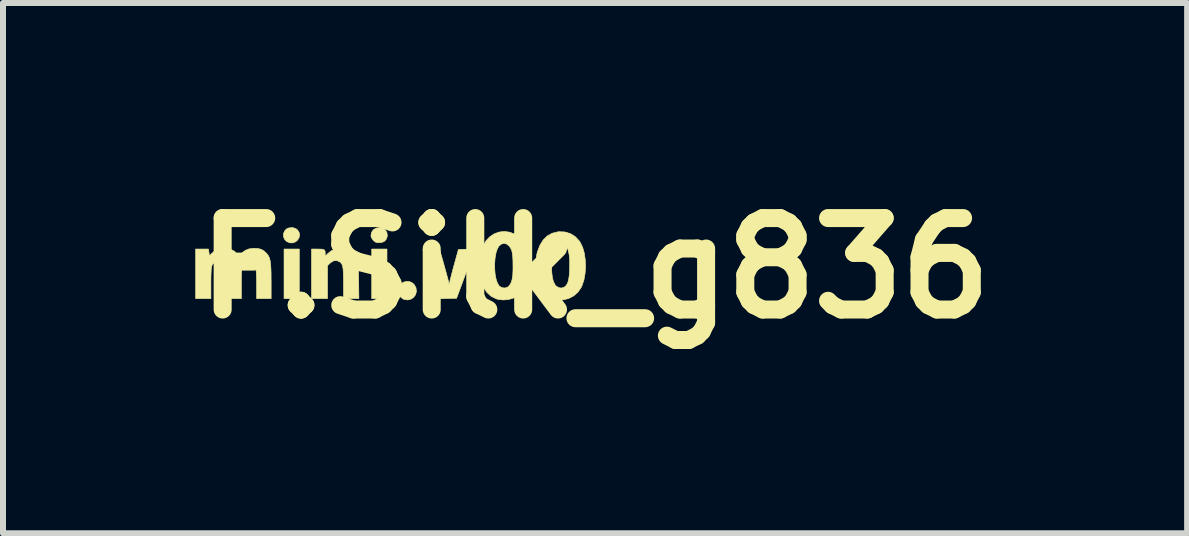
<source format=kicad_pcb>
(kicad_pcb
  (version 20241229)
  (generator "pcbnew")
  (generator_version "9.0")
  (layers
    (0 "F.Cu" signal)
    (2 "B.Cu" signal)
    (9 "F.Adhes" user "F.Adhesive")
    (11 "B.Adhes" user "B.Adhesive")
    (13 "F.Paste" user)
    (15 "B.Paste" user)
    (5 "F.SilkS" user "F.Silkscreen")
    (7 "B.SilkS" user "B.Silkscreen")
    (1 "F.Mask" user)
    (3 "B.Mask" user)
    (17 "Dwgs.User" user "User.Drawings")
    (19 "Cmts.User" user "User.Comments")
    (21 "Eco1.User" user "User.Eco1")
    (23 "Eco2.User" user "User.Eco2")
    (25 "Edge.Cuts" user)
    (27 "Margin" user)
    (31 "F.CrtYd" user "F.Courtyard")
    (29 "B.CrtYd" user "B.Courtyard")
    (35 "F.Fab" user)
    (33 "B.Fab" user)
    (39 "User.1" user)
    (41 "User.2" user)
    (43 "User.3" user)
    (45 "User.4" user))
  (footprint "F.Silk_g836"
    (layer "F.Cu")
    (at 6.865 1.418)
    (property "Reference" "F.Silk_g836" (at 0 0 0) (layer "F.SilkS") (effects (font (size 1.524 1.524) (thickness 0.3))))
    (attr through_hole)
    (fp_poly (pts (xy -4.928 0.508) (xy -5.182 0.508) (xy -5.182 -0.318) (xy -4.928 -0.318) (xy -4.928 0.508)) (stroke (width 0.01) (type solid)) (fill yes) (layer "F.SilkS"))
    (fp_poly (pts (xy -3.467 0.508) (xy -3.721 0.508) (xy -3.721 -0.318) (xy -3.467 -0.318) (xy -3.467 0.508)) (stroke (width 0.01) (type solid)) (fill yes) (layer "F.SilkS"))
    (fp_poly (pts (xy -4.986 -0.659) (xy -4.961 -0.64) (xy -4.931 -0.596) (xy -4.923 -0.55) (xy -4.933 -0.506) (xy -4.957 -0.467) (xy -4.993 -0.437) (xy -5.038 -0.421) (xy -5.087 -0.422) (xy -5.133 -0.441) (xy -5.171 -0.477) (xy -5.191 -0.522) (xy -5.192 -0.571) (xy -5.175 -0.616) (xy -5.143 -0.652) (xy -5.102 -0.67) (xy -5.039 -0.676) (xy -4.986 -0.659)) (stroke (width 0.01) (type solid)) (fill yes) (layer "F.SilkS"))
    (fp_poly (pts (xy -3.534 -0.665) (xy -3.493 -0.637) (xy -3.467 -0.59) (xy -3.461 -0.534) (xy -3.479 -0.482) (xy -3.505 -0.451) (xy -3.538 -0.434) (xy -3.584 -0.424) (xy -3.629 -0.425) (xy -3.653 -0.431) (xy -3.686 -0.454) (xy -3.715 -0.489) (xy -3.732 -0.527) (xy -3.734 -0.541) (xy -3.723 -0.598) (xy -3.692 -0.642) (xy -3.645 -0.668) (xy -3.593 -0.675) (xy -3.534 -0.665)) (stroke (width 0.01) (type solid)) (fill yes) (layer "F.SilkS"))
    (fp_poly (pts (xy -3.056 0.237) (xy -3.015 0.271) (xy -2.986 0.321) (xy -2.983 0.331) (xy -2.976 0.39) (xy -2.991 0.443) (xy -3.023 0.487) (xy -3.067 0.517) (xy -3.121 0.53) (xy -3.178 0.522) (xy -3.196 0.515) (xy -3.239 0.483) (xy -3.267 0.434) (xy -3.277 0.374) (xy -3.266 0.315) (xy -3.239 0.269) (xy -3.2 0.238) (xy -3.153 0.222) (xy -3.103 0.222) (xy -3.056 0.237)) (stroke (width 0.01) (type solid)) (fill yes) (layer "F.SilkS"))
    (fp_poly (pts (xy -4.205 -0.328) (xy -4.122 -0.314) (xy -4.056 -0.282) (xy -4.004 -0.23) (xy -3.976 -0.184) (xy -3.966 -0.164) (xy -3.958 -0.145) (xy -3.952 -0.123) (xy -3.948 -0.096) (xy -3.945 -0.058) (xy -3.943 -0.008) (xy -3.941 0.06) (xy -3.94 0.147) (xy -3.939 0.193) (xy -3.935 0.508) (xy -4.191 0.508) (xy -4.191 0.254) (xy -4.192 0.154) (xy -4.194 0.076) (xy -4.198 0.016) (xy -4.205 -0.028) (xy -4.215 -0.059) (xy -4.23 -0.083) (xy -4.249 -0.101) (xy -4.256 -0.106) (xy -4.304 -0.126) (xy -4.355 -0.122) (xy -4.403 -0.094) (xy -4.415 -0.084) (xy -4.458 -0.041) (xy -4.458 0.508) (xy -4.724 0.508) (xy -4.724 -0.318) (xy -4.618 -0.318) (xy -4.561 -0.317) (xy -4.526 -0.312) (xy -4.506 -0.3) (xy -4.498 -0.278) (xy -4.496 -0.243) (xy -4.496 -0.238) (xy -4.496 -0.199) (xy -4.45 -0.245) (xy -4.39 -0.292) (xy -4.322 -0.32) (xy -4.242 -0.329) (xy -4.205 -0.328)) (stroke (width 0.01) (type solid)) (fill yes) (layer "F.SilkS"))
    (fp_poly (pts (xy -2.567 -0.232) (xy -2.55 -0.173) (xy -2.53 -0.103) (xy -2.509 -0.027) (xy -2.488 0.049) (xy -2.469 0.118) (xy -2.453 0.176) (xy -2.443 0.216) (xy -2.442 0.222) (xy -2.43 0.273) (xy -2.415 0.203) (xy -2.406 0.168) (xy -2.393 0.114) (xy -2.375 0.046) (xy -2.355 -0.029) (xy -2.338 -0.089) (xy -2.277 -0.311) (xy -2.141 -0.315) (xy -2.081 -0.316) (xy -2.042 -0.316) (xy -2.02 -0.313) (xy -2.011 -0.308) (xy -2.011 -0.299) (xy -2.012 -0.294) (xy -2.019 -0.276) (xy -2.033 -0.238) (xy -2.053 -0.182) (xy -2.079 -0.111) (xy -2.11 -0.029) (xy -2.144 0.062) (xy -2.164 0.116) (xy -2.307 0.502) (xy -2.44 0.505) (xy -2.572 0.509) (xy -2.717 0.112) (xy -2.751 0.016) (xy -2.784 -0.072) (xy -2.812 -0.15) (xy -2.836 -0.215) (xy -2.853 -0.264) (xy -2.864 -0.294) (xy -2.867 -0.302) (xy -2.864 -0.309) (xy -2.845 -0.314) (xy -2.807 -0.316) (xy -2.748 -0.317) (xy -2.733 -0.318) (xy -2.593 -0.318) (xy -2.567 -0.232)) (stroke (width 0.01) (type solid)) (fill yes) (layer "F.SilkS"))
    (fp_poly (pts (xy -1.422 -0.599) (xy -1.34 -0.568) (xy -1.267 -0.518) (xy -1.205 -0.45) (xy -1.17 -0.39) (xy -1.141 -0.32) (xy -1.121 -0.25) (xy -1.11 -0.173) (xy -1.105 -0.081) (xy -1.105 -0.041) (xy -1.111 0.088) (xy -1.13 0.197) (xy -1.163 0.293) (xy -1.211 0.378) (xy -1.234 0.409) (xy -1.289 0.46) (xy -1.361 0.499) (xy -1.443 0.523) (xy -1.529 0.53) (xy -1.613 0.521) (xy -1.646 0.511) (xy -1.731 0.469) (xy -1.8 0.407) (xy -1.854 0.327) (xy -1.894 0.227) (xy -1.918 0.106) (xy -1.927 -0.001) (xy -1.926 -0.083) (xy -1.672 -0.083) (xy -1.672 0.009) (xy -1.665 0.098) (xy -1.65 0.178) (xy -1.628 0.245) (xy -1.6 0.293) (xy -1.593 0.3) (xy -1.553 0.325) (xy -1.506 0.331) (xy -1.461 0.319) (xy -1.438 0.301) (xy -1.412 0.268) (xy -1.393 0.229) (xy -1.38 0.179) (xy -1.371 0.115) (xy -1.367 0.033) (xy -1.367 -0.032) (xy -1.368 -0.128) (xy -1.372 -0.202) (xy -1.38 -0.26) (xy -1.392 -0.305) (xy -1.411 -0.341) (xy -1.429 -0.366) (xy -1.471 -0.401) (xy -1.517 -0.413) (xy -1.561 -0.401) (xy -1.601 -0.368) (xy -1.626 -0.325) (xy -1.65 -0.255) (xy -1.665 -0.172) (xy -1.672 -0.083) (xy -1.926 -0.083) (xy -1.925 -0.141) (xy -1.906 -0.263) (xy -1.87 -0.368) (xy -1.816 -0.457) (xy -1.757 -0.52) (xy -1.68 -0.572) (xy -1.596 -0.602) (xy -1.509 -0.611) (xy -1.422 -0.599)) (stroke (width 0.01) (type solid)) (fill yes) (layer "F.SilkS"))
    (fp_poly (pts (xy -0.503 -0.603) (xy -0.412 -0.576) (xy -0.332 -0.527) (xy -0.265 -0.456) (xy -0.247 -0.43) (xy -0.207 -0.348) (xy -0.179 -0.25) (xy -0.163 -0.14) (xy -0.158 -0.025) (xy -0.166 0.089) (xy -0.185 0.197) (xy -0.217 0.292) (xy -0.229 0.318) (xy -0.283 0.398) (xy -0.354 0.461) (xy -0.437 0.505) (xy -0.528 0.528) (xy -0.624 0.529) (xy -0.689 0.516) (xy -0.767 0.481) (xy -0.837 0.424) (xy -0.895 0.347) (xy -0.942 0.251) (xy -0.956 0.211) (xy -0.972 0.138) (xy -0.982 0.049) (xy -0.985 -0.038) (xy -0.724 -0.038) (xy -0.721 0.069) (xy -0.711 0.155) (xy -0.694 0.221) (xy -0.669 0.272) (xy -0.651 0.295) (xy -0.609 0.324) (xy -0.562 0.332) (xy -0.516 0.319) (xy -0.491 0.299) (xy -0.467 0.268) (xy -0.45 0.229) (xy -0.438 0.179) (xy -0.429 0.112) (xy -0.424 0.025) (xy -0.423 -0.001) (xy -0.422 -0.123) (xy -0.431 -0.222) (xy -0.448 -0.3) (xy -0.475 -0.357) (xy -0.512 -0.395) (xy -0.534 -0.407) (xy -0.57 -0.416) (xy -0.606 -0.408) (xy -0.609 -0.407) (xy -0.65 -0.379) (xy -0.681 -0.334) (xy -0.703 -0.269) (xy -0.718 -0.183) (xy -0.724 -0.075) (xy -0.724 -0.038) (xy -0.985 -0.038) (xy -0.985 -0.046) (xy -0.982 -0.14) (xy -0.972 -0.224) (xy -0.96 -0.273) (xy -0.918 -0.383) (xy -0.863 -0.471) (xy -0.796 -0.537) (xy -0.716 -0.581) (xy -0.624 -0.604) (xy -0.603 -0.607) (xy -0.503 -0.603)) (stroke (width 0.01) (type solid)) (fill yes) (layer "F.SilkS"))
    (fp_poly (pts (xy -5.61 -0.326) (xy -5.558 -0.312) (xy -5.513 -0.284) (xy -5.49 -0.263) (xy -5.463 -0.235) (xy -5.442 -0.204) (xy -5.425 -0.169) (xy -5.414 -0.125) (xy -5.406 -0.069) (xy -5.401 0.001) (xy -5.398 0.091) (xy -5.398 0.202) (xy -5.397 0.21) (xy -5.397 0.508) (xy -5.639 0.508) (xy -5.639 0.287) (xy -5.64 0.179) (xy -5.643 0.093) (xy -5.649 0.026) (xy -5.657 -0.024) (xy -5.67 -0.061) (xy -5.686 -0.088) (xy -5.697 -0.098) (xy -5.741 -0.123) (xy -5.789 -0.125) (xy -5.834 -0.106) (xy -5.871 -0.068) (xy -5.879 -0.055) (xy -5.884 -0.031) (xy -5.888 0.018) (xy -5.891 0.089) (xy -5.893 0.181) (xy -5.893 0.24) (xy -5.893 0.508) (xy -6.147 0.508) (xy -6.147 0.262) (xy -6.147 0.183) (xy -6.148 0.11) (xy -6.15 0.048) (xy -6.152 0.002) (xy -6.155 -0.023) (xy -6.155 -0.024) (xy -6.175 -0.075) (xy -6.209 -0.109) (xy -6.252 -0.125) (xy -6.297 -0.123) (xy -6.339 -0.102) (xy -6.374 -0.062) (xy -6.383 -0.043) (xy -6.39 -0.019) (xy -6.395 0.018) (xy -6.398 0.071) (xy -6.4 0.143) (xy -6.401 0.237) (xy -6.401 0.254) (xy -6.401 0.508) (xy -6.655 0.508) (xy -6.655 -0.318) (xy -6.442 -0.318) (xy -6.433 -0.26) (xy -6.425 -0.203) (xy -6.393 -0.24) (xy -6.34 -0.286) (xy -6.275 -0.316) (xy -6.203 -0.33) (xy -6.13 -0.328) (xy -6.062 -0.311) (xy -6.003 -0.277) (xy -5.969 -0.241) (xy -5.941 -0.202) (xy -5.89 -0.248) (xy -5.829 -0.295) (xy -5.768 -0.32) (xy -5.695 -0.33) (xy -5.678 -0.33) (xy -5.61 -0.326)) (stroke (width 0.01) (type solid)) (fill yes) (layer "F.SilkS")))
  (gr_rect
    (start -3 -3)
    (end 16.731 5.836)
    (stroke (width 0.1) (type default))
    (fill no)
    (layer "Edge.Cuts")))
</source>
